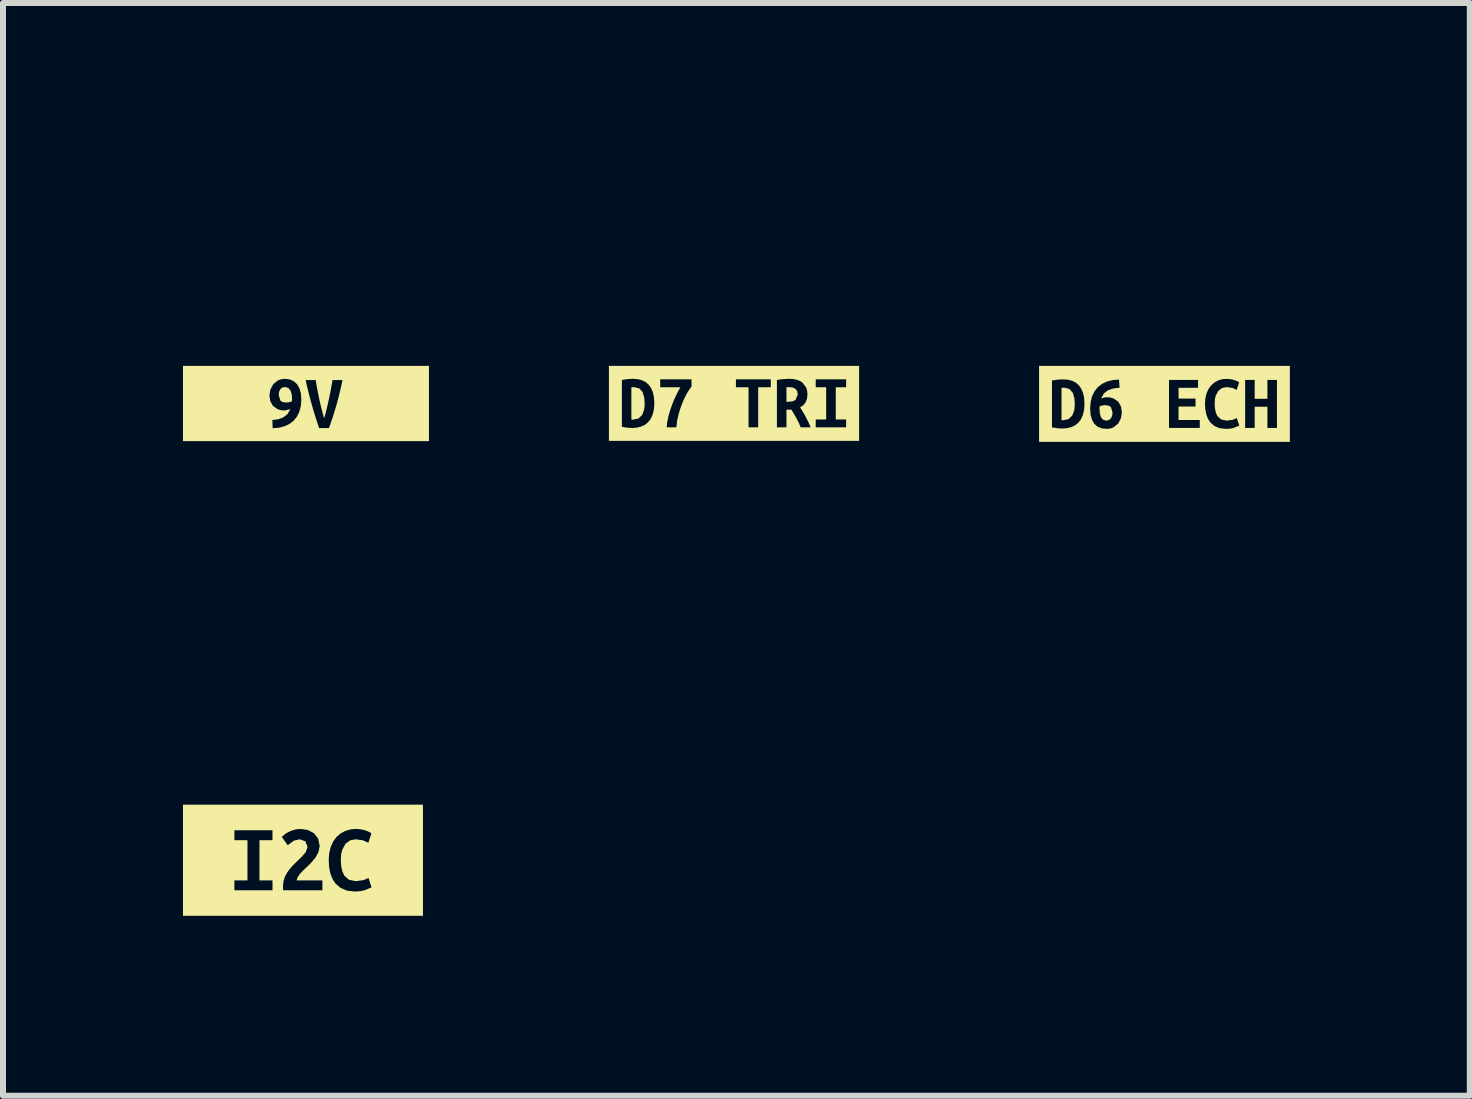
<source format=kicad_pcb>
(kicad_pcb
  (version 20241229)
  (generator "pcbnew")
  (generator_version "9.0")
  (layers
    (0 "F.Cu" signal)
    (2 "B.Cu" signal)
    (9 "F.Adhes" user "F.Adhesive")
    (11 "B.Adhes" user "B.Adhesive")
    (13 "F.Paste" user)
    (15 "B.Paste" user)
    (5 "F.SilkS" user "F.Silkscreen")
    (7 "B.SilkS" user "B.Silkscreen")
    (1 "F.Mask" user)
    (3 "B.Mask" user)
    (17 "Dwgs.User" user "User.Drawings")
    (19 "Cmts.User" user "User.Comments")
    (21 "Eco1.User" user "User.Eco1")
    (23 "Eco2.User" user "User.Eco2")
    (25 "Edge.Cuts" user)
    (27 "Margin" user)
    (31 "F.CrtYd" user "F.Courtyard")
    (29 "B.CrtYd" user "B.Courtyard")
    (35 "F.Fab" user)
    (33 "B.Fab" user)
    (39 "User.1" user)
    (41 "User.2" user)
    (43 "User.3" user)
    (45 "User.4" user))
  (footprint "kibuzzard-687E019A"
    (layer "F.Cu")
    (at 9.185 3.674)
    (property "Reference" "kibuzzard-687E019A" (at 0 -3.673 0) (layer "F.SilkS") (effects (font (size 0.001 0.001) (thickness 0.15))))
    (attr board_only exclude_from_pos_files exclude_from_bom)
    (fp_poly (pts (xy 1.063 -0.149) (xy 1.053 -0.204) (xy 1.024 -0.242) (xy 0.979 -0.264) (xy 0.922 -0.271) (xy 0.9 -0.271) (xy 0.874 -0.268) (xy 0.874 -0.027) (xy 0.909 -0.027) (xy 0.979 -0.035) (xy 1.027 -0.059) (xy 1.063 -0.149)) (stroke (width 0) (type solid)) (fill yes) (layer "F.SilkS"))
    (fp_poly (pts (xy -1.711 0.27) (xy -1.696 0.271) (xy -1.682 0.271) (xy -1.591 0.251) (xy -1.532 0.194) (xy -1.499 0.108) (xy -1.492 0.056) (xy -1.489 -0.001) (xy -1.497 -0.102) (xy -1.524 -0.189) (xy -1.577 -0.249) (xy -1.664 -0.271) (xy -1.687 -0.271) (xy -1.711 -0.268) (xy -1.711 0.27)) (stroke (width 0) (type solid)) (fill yes) (layer "F.SilkS"))
    (fp_poly (pts (xy -1.869 -0.625) (xy -2.085 -0.625) (xy -2.085 0.625) (xy -1.869 0.625) (xy -1.699 0.625) (xy -1.699 0.41) (xy -1.782 0.405) (xy -1.869 0.39) (xy -1.869 -0.39) (xy -1.767 -0.406) (xy -1.678 -0.41) (xy -1.603 -0.404) (xy -1.534 -0.386) (xy -1.474 -0.357) (xy -1.424 -0.313) (xy -1.383 -0.257) (xy -1.353 -0.187) (xy -1.334 -0.102) (xy -1.328 -0.001) (xy -1.335 0.102) (xy -1.356 0.188) (xy -1.389 0.259) (xy -1.433 0.315) (xy -1.486 0.358) (xy -1.55 0.387) (xy -1.621 0.404) (xy -1.699 0.41) (xy -1.699 0.625) (xy -1.122 0.625) (xy -1.122 0.399) (xy -1.114 0.314) (xy -1.095 0.224) (xy -1.07 0.132) (xy -1.039 0.041) (xy -1.005 -0.047) (xy -0.967 -0.13) (xy -0.93 -0.205) (xy -0.894 -0.269) (xy -1.23 -0.269) (xy -1.23 -0.401) (xy -0.708 -0.401) (xy -0.708 -0.28) (xy -0.744 -0.232) (xy -0.784 -0.168) (xy -0.824 -0.091) (xy -0.862 -0.004) (xy -0.897 0.091) (xy -0.927 0.192) (xy -0.949 0.296) (xy -0.961 0.399) (xy -1.122 0.399) (xy -1.122 0.625) (xy 0.403 0.625) (xy 0.403 0.399) (xy 0.242 0.399) (xy 0.242 -0.269) (xy 0.032 -0.269) (xy 0.032 -0.401) (xy 0.613 -0.401) (xy 0.613 -0.269) (xy 0.403 -0.269) (xy 0.403 0.399) (xy 0.403 0.625) (xy 1.278 0.625) (xy 1.278 0.399) (xy 1.111 0.399) (xy 1.079 0.323) (xy 1.042 0.25) (xy 1.001 0.178) (xy 0.957 0.105) (xy 0.874 0.105) (xy 0.874 0.399) (xy 0.715 0.399) (xy 0.715 -0.389) (xy 0.766 -0.399) (xy 0.823 -0.405) (xy 0.877 -0.408) (xy 0.922 -0.41) (xy 0.987 -0.406) (xy 1.046 -0.394) (xy 1.098 -0.374) (xy 1.142 -0.346) (xy 1.203 -0.264) (xy 1.219 -0.21) (xy 1.225 -0.147) (xy 1.217 -0.081) (xy 1.196 -0.021) (xy 1.158 0.029) (xy 1.102 0.066) (xy 1.148 0.14) (xy 1.196 0.226) (xy 1.241 0.315) (xy 1.278 0.399) (xy 1.278 0.625) (xy 1.362 0.625) (xy 1.362 0.399) (xy 1.362 0.268) (xy 1.536 0.268) (xy 1.536 -0.269) (xy 1.362 -0.269) (xy 1.362 -0.401) (xy 1.869 -0.401) (xy 1.869 -0.269) (xy 1.696 -0.269) (xy 1.696 0.268) (xy 1.869 0.268) (xy 1.869 0.399) (xy 1.362 0.399) (xy 1.362 0.625) (xy 1.869 0.625) (xy 2.085 0.625) (xy 2.085 -0.625) (xy 1.869 -0.625) (xy -1.869 -0.625)) (stroke (width 0) (type solid)) (fill yes) (layer "F.SilkS")))
  (footprint "kibuzzard-687E0202"
    (layer "F.Cu")
    (at 16.36 3.682)
    (property "Reference" "kibuzzard-687E0202" (at 0 -3.681 0) (layer "F.SilkS") (effects (font (size 0.001 0.001) (thickness 0.15))))
    (attr board_only exclude_from_pos_files exclude_from_bom)
    (fp_poly (pts (xy -1.716 0.271) (xy -1.701 0.273) (xy -1.687 0.273) (xy -1.596 0.252) (xy -1.537 0.195) (xy -1.504 0.109) (xy -1.497 0.057) (xy -1.495 0) (xy -1.502 -0.101) (xy -1.53 -0.187) (xy -1.583 -0.247) (xy -1.669 -0.27) (xy -1.692 -0.269) (xy -1.716 -0.266) (xy -1.716 0.271)) (stroke (width 0) (type solid)) (fill yes) (layer "F.SilkS"))
    (fp_poly (pts (xy -0.987 0.021) (xy -1.037 0.026) (xy -1.08 0.04) (xy -1.082 0.063) (xy -1.082 0.088) (xy -1.077 0.16) (xy -1.059 0.221) (xy -1.024 0.264) (xy -0.967 0.28) (xy -0.921 0.268) (xy -0.889 0.235) (xy -0.871 0.193) (xy -0.865 0.147) (xy -0.892 0.054) (xy -0.93 0.029) (xy -0.987 0.021)) (stroke (width 0) (type solid)) (fill yes) (layer "F.SilkS"))
    (fp_poly (pts (xy -1.875 -0.633) (xy -2.09 -0.633) (xy -2.09 0.633) (xy -1.875 0.633) (xy -1.704 0.633) (xy -1.704 0.411) (xy -1.787 0.406) (xy -1.875 0.392) (xy -1.875 -0.389) (xy -1.773 -0.405) (xy -1.683 -0.408) (xy -1.608 -0.403) (xy -1.539 -0.385) (xy -1.479 -0.355) (xy -1.429 -0.312) (xy -1.389 -0.256) (xy -1.358 -0.185) (xy -1.339 -0.101) (xy -1.333 0) (xy -1.34 0.103) (xy -1.361 0.189) (xy -1.394 0.26) (xy -1.438 0.317) (xy -1.492 0.359) (xy -1.555 0.388) (xy -1.626 0.405) (xy -1.704 0.411) (xy -1.704 0.633) (xy -0.963 0.633) (xy -0.963 0.417) (xy -1.046 0.408) (xy -1.114 0.38) (xy -1.168 0.334) (xy -1.207 0.268) (xy -1.231 0.181) (xy -1.239 0.074) (xy -1.23 -0.036) (xy -1.205 -0.132) (xy -1.163 -0.214) (xy -1.107 -0.282) (xy -1.037 -0.335) (xy -0.954 -0.374) (xy -0.86 -0.397) (xy -0.757 -0.405) (xy -0.748 -0.269) (xy -0.848 -0.258) (xy -0.939 -0.228) (xy -1.011 -0.173) (xy -1.055 -0.089) (xy -1.007 -0.105) (xy -0.966 -0.111) (xy -0.902 -0.106) (xy -0.848 -0.09) (xy -0.768 -0.035) (xy -0.724 0.047) (xy -0.71 0.145) (xy -0.725 0.239) (xy -0.771 0.327) (xy -0.85 0.392) (xy -0.902 0.411) (xy -0.963 0.417) (xy -0.963 0.633) (xy 0.076 0.633) (xy 0.076 0.401) (xy 0.076 -0.399) (xy 0.56 -0.399) (xy 0.56 -0.268) (xy 0.235 -0.268) (xy 0.235 -0.088) (xy 0.518 -0.088) (xy 0.518 0.044) (xy 0.235 0.044) (xy 0.235 0.269) (xy 0.589 0.269) (xy 0.589 0.401) (xy 0.076 0.401) (xy 0.076 0.633) (xy 1.023 0.633) (xy 1.023 0.417) (xy 0.919 0.405) (xy 0.833 0.369) (xy 0.764 0.309) (xy 0.725 0.249) (xy 0.698 0.177) (xy 0.681 0.094) (xy 0.675 0) (xy 0.682 -0.094) (xy 0.702 -0.177) (xy 0.735 -0.249) (xy 0.778 -0.308) (xy 0.831 -0.355) (xy 0.893 -0.39) (xy 0.963 -0.411) (xy 1.038 -0.417) (xy 1.115 -0.41) (xy 1.175 -0.394) (xy 1.219 -0.375) (xy 1.245 -0.359) (xy 1.204 -0.233) (xy 1.132 -0.266) (xy 1.036 -0.279) (xy 0.963 -0.266) (xy 0.9 -0.22) (xy 0.854 -0.136) (xy 0.841 -0.076) (xy 0.837 -0.004) (xy 0.842 0.08) (xy 0.858 0.15) (xy 0.884 0.206) (xy 0.946 0.261) (xy 1.038 0.279) (xy 1.141 0.265) (xy 1.206 0.237) (xy 1.247 0.362) (xy 1.155 0.4) (xy 1.094 0.413) (xy 1.023 0.417) (xy 1.023 0.633) (xy 1.875 0.633) (xy 1.875 0.401) (xy 1.716 0.401) (xy 1.716 0.048) (xy 1.504 0.048) (xy 1.504 0.401) (xy 1.345 0.401) (xy 1.345 -0.399) (xy 1.504 -0.399) (xy 1.504 -0.084) (xy 1.716 -0.084) (xy 1.716 -0.399) (xy 1.875 -0.399) (xy 1.875 0.401) (xy 1.875 0.633) (xy 2.09 0.633) (xy 2.09 -0.633) (xy 1.875 -0.633) (xy -1.875 -0.633)) (stroke (width 0) (type solid)) (fill yes) (layer "F.SilkS")))
  (footprint "kibuzzard-68220AD1"
    (layer "F.Cu")
    (at 2 11.289)
    (property "Reference" "kibuzzard-68220AD1" (at 0 -3.974 0) (layer "F.SilkS") (effects (font (size 0.001 0.001) (thickness 0.15))))
    (attr board_only exclude_from_pos_files exclude_from_bom)
    (fp_poly (pts (xy -1.596 -0.926) (xy -2 -0.926) (xy -2 0.926) (xy -1.596 0.926) (xy -1.143 0.926) (xy -1.143 0.501) (xy -1.143 0.336) (xy -0.925 0.336) (xy -0.925 -0.334) (xy -1.143 -0.334) (xy -1.143 -0.499) (xy -0.508 -0.499) (xy -0.508 -0.334) (xy -0.725 -0.334) (xy -0.725 0.336) (xy -0.508 0.336) (xy -0.508 0.501) (xy -1.143 0.501) (xy -1.143 0.926) (xy 0.324 0.926) (xy 0.324 0.501) (xy -0.329 0.501) (xy -0.333 0.46) (xy -0.332 0.426) (xy -0.325 0.349) (xy -0.302 0.278) (xy -0.268 0.213) (xy -0.226 0.153) (xy -0.179 0.097) (xy -0.128 0.046) (xy -0.077 -0.002) (xy -0.029 -0.048) (xy 0.047 -0.136) (xy 0.077 -0.221) (xy 0.04 -0.316) (xy -0.054 -0.349) (xy -0.153 -0.326) (xy -0.254 -0.25) (xy -0.353 -0.389) (xy -0.283 -0.448) (xy -0.204 -0.489) (xy -0.119 -0.514) (xy -0.035 -0.522) (xy 0.083 -0.504) (xy 0.183 -0.451) (xy 0.253 -0.361) (xy 0.279 -0.236) (xy 0.259 -0.137) (xy 0.208 -0.044) (xy 0.135 0.044) (xy 0.053 0.124) (xy 0.004 0.17) (xy -0.048 0.225) (xy -0.089 0.283) (xy -0.106 0.336) (xy 0.324 0.336) (xy 0.324 0.501) (xy 0.324 0.926) (xy 0.863 0.926) (xy 0.863 0.522) (xy 0.734 0.507) (xy 0.626 0.461) (xy 0.54 0.386) (xy 0.492 0.311) (xy 0.457 0.222) (xy 0.436 0.118) (xy 0.429 0) (xy 0.437 -0.118) (xy 0.463 -0.221) (xy 0.503 -0.311) (xy 0.557 -0.385) (xy 0.624 -0.444) (xy 0.701 -0.487) (xy 0.788 -0.513) (xy 0.883 -0.522) (xy 0.979 -0.513) (xy 1.054 -0.493) (xy 1.108 -0.468) (xy 1.141 -0.449) (xy 1.09 -0.291) (xy 1 -0.332) (xy 0.88 -0.349) (xy 0.788 -0.332) (xy 0.709 -0.275) (xy 0.653 -0.17) (xy 0.636 -0.095) (xy 0.631 -0.005) (xy 0.637 0.1) (xy 0.657 0.188) (xy 0.69 0.258) (xy 0.768 0.326) (xy 0.883 0.349) (xy 1.011 0.331) (xy 1.093 0.296) (xy 1.143 0.452) (xy 1.029 0.5) (xy 0.952 0.516) (xy 0.863 0.522) (xy 0.863 0.926) (xy 1.596 0.926) (xy 2 0.926) (xy 2 -0.926) (xy 1.596 -0.926) (xy -1.596 -0.926)) (stroke (width 0) (type solid)) (fill yes) (layer "F.SilkS")))
  (footprint "kibuzzard-687E12B6"
    (layer "F.Cu")
    (at 2.05 3.676)
    (property "Reference" "kibuzzard-687E12B6" (at 0 -3.675 0) (layer "F.SilkS") (effects (font (size 0.001 0.001) (thickness 0.15))))
    (attr board_only exclude_from_pos_files exclude_from_bom)
    (fp_poly (pts (xy -0.33 -0.016) (xy -0.279 -0.021) (xy -0.235 -0.036) (xy -0.233 -0.061) (xy -0.232 -0.09) (xy -0.238 -0.155) (xy -0.257 -0.215) (xy -0.293 -0.259) (xy -0.35 -0.276) (xy -0.398 -0.265) (xy -0.43 -0.236) (xy -0.448 -0.193) (xy -0.454 -0.142) (xy -0.426 -0.048) (xy -0.388 -0.024) (xy -0.33 -0.016)) (stroke (width 0) (type solid)) (fill yes) (layer "F.SilkS"))
    (fp_poly (pts (xy -2.05 -0.627) (xy -2.05 -0.627) (xy -2.05 0.627) (xy -2.05 0.627) (xy -0.555 0.627) (xy -0.555 0.412) (xy -0.56 0.275) (xy -0.462 0.263) (xy -0.375 0.23) (xy -0.306 0.174) (xy -0.26 0.094) (xy -0.351 0.116) (xy -0.416 0.111) (xy -0.47 0.096) (xy -0.55 0.041) (xy -0.595 -0.04) (xy -0.609 -0.139) (xy -0.593 -0.234) (xy -0.545 -0.322) (xy -0.466 -0.386) (xy -0.414 -0.405) (xy -0.353 -0.412) (xy -0.271 -0.402) (xy -0.202 -0.371) (xy -0.148 -0.321) (xy -0.108 -0.253) (xy -0.085 -0.169) (xy -0.077 -0.069) (xy -0.085 0.041) (xy -0.111 0.137) (xy -0.151 0.22) (xy -0.207 0.288) (xy -0.276 0.341) (xy -0.358 0.38) (xy -0.452 0.404) (xy -0.555 0.412) (xy -0.555 0.627) (xy 0.219 0.627) (xy 0.219 0.409) (xy 0.187 0.314) (xy 0.153 0.207) (xy 0.13 0.133) (xy 0.108 0.058) (xy 0.087 -0.017) (xy 0.067 -0.09) (xy 0.049 -0.16) (xy 0.032 -0.228) (xy 0.01 -0.319) (xy -0.005 -0.391) (xy 0.163 -0.391) (xy 0.173 -0.324) (xy 0.187 -0.247) (xy 0.203 -0.163) (xy 0.221 -0.078) (xy 0.24 0.009) (xy 0.261 0.094) (xy 0.282 0.175) (xy 0.303 0.246) (xy 0.324 0.176) (xy 0.344 0.096) (xy 0.364 0.01) (xy 0.383 -0.076) (xy 0.401 -0.162) (xy 0.417 -0.246) (xy 0.431 -0.324) (xy 0.443 -0.391) (xy 0.609 -0.391) (xy 0.592 -0.309) (xy 0.571 -0.218) (xy 0.547 -0.12) (xy 0.52 -0.017) (xy 0.5 0.054) (xy 0.478 0.125) (xy 0.456 0.198) (xy 0.432 0.27) (xy 0.408 0.34) (xy 0.383 0.409) (xy 0.219 0.409) (xy 0.219 0.627) (xy 2.05 0.627) (xy 2.05 0.627) (xy 2.05 -0.627) (xy 2.05 -0.627) (xy -2.05 -0.627)) (stroke (width 0) (type solid)) (fill yes) (layer "F.SilkS")))
  (gr_rect
    (start -3 -3)
    (end 21.45 15.215)
    (stroke (width 0.1) (type default))
    (fill no)
    (layer "Edge.Cuts")))
</source>
